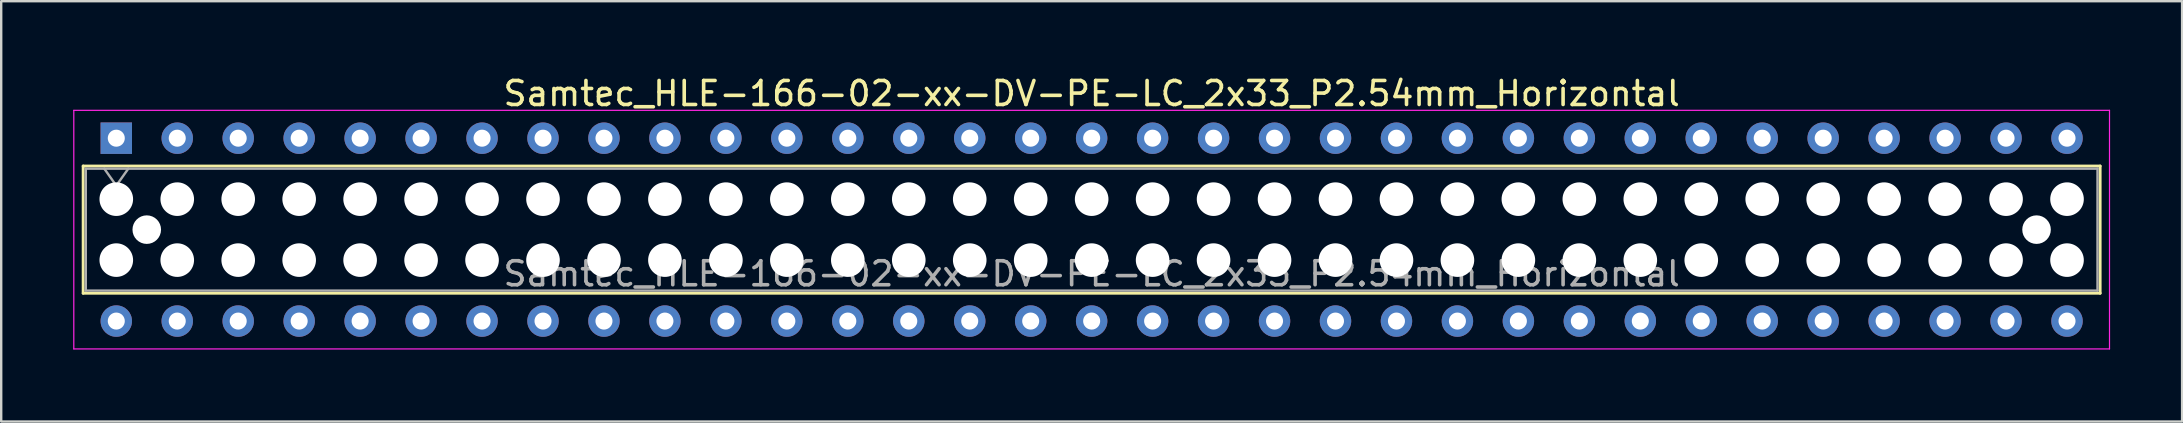
<source format=kicad_pcb>
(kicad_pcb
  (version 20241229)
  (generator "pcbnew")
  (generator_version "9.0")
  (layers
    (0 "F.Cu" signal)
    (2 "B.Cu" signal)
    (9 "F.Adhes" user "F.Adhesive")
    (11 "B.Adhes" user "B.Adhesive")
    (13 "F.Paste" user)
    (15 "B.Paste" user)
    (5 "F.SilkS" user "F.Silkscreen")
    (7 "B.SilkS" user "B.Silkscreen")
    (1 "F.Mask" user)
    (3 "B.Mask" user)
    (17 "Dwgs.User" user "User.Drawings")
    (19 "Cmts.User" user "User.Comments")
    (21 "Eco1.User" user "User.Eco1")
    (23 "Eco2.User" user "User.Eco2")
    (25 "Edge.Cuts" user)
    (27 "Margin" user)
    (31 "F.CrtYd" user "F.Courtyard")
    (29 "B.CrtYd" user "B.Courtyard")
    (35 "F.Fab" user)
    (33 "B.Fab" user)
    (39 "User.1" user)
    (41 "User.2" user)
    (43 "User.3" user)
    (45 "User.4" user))
  (footprint "Samtec_HLE-166-02-xx-DV-PE-LC_2x33_P2.54mm_Horizontal"
    (layer "F.Cu")
    (at 1.795 2.708)
    (property "Reference" "Samtec_HLE-166-02-xx-DV-PE-LC_2x33_P2.54mm_Horizontal" (at 40.64 -1.86 0) (layer "F.SilkS") (effects (font (size 1 1) (thickness 0.15))))
    (attr through_hole)
    (fp_line (start -1.38 1.16) (end 82.66 1.16) (stroke (width 0.12) (type solid)) (layer "F.SilkS"))
    (fp_line (start -1.38 6.46) (end -1.38 1.16) (stroke (width 0.12) (type solid)) (layer "F.SilkS"))
    (fp_line (start 82.66 1.16) (end 82.66 6.46) (stroke (width 0.12) (type solid)) (layer "F.SilkS"))
    (fp_line (start 82.66 6.46) (end -1.38 6.46) (stroke (width 0.12) (type solid)) (layer "F.SilkS"))
    (fp_line (start -1.77 -1.16) (end 83.05 -1.16) (stroke (width 0.05) (type solid)) (layer "F.CrtYd"))
    (fp_line (start -1.77 8.78) (end -1.77 -1.16) (stroke (width 0.05) (type solid)) (layer "F.CrtYd"))
    (fp_line (start 83.05 -1.16) (end 83.05 8.78) (stroke (width 0.05) (type solid)) (layer "F.CrtYd"))
    (fp_line (start 83.05 8.78) (end -1.77 8.78) (stroke (width 0.05) (type solid)) (layer "F.CrtYd"))
    (fp_line (start -1.27 1.27) (end 82.55 1.27) (stroke (width 0.1) (type solid)) (layer "F.Fab"))
    (fp_line (start -1.27 6.35) (end -1.27 1.27) (stroke (width 0.1) (type solid)) (layer "F.Fab"))
    (fp_line (start -0.5 1.27) (end 0 1.977) (stroke (width 0.1) (type solid)) (layer "F.Fab"))
    (fp_line (start 0 1.977) (end 0.5 1.27) (stroke (width 0.1) (type solid)) (layer "F.Fab"))
    (fp_line (start 82.55 1.27) (end 82.55 6.35) (stroke (width 0.1) (type solid)) (layer "F.Fab"))
    (fp_line (start 82.55 6.35) (end -1.27 6.35) (stroke (width 0.1) (type solid)) (layer "F.Fab"))
    (fp_text user "${REFERENCE}" (at 40.64 5.65 0) (layer "F.Fab") (effects (font (size 1 1) (thickness 0.15))))
    (pad "" np_thru_hole circle (at 0 2.54) (size 1.4 1.4) (drill 1.4) (layers "*.Cu" "*.Mask"))
    (pad "" np_thru_hole circle (at 0 5.08) (size 1.4 1.4) (drill 1.4) (layers "*.Cu" "*.Mask"))
    (pad "" np_thru_hole circle (at 1.27 3.81) (size 1.19 1.19) (drill 1.19) (layers "*.Cu" "*.Mask"))
    (pad "" np_thru_hole circle (at 2.54 2.54) (size 1.4 1.4) (drill 1.4) (layers "*.Cu" "*.Mask"))
    (pad "" np_thru_hole circle (at 2.54 5.08) (size 1.4 1.4) (drill 1.4) (layers "*.Cu" "*.Mask"))
    (pad "" np_thru_hole circle (at 5.08 2.54) (size 1.4 1.4) (drill 1.4) (layers "*.Cu" "*.Mask"))
    (pad "" np_thru_hole circle (at 5.08 5.08) (size 1.4 1.4) (drill 1.4) (layers "*.Cu" "*.Mask"))
    (pad "" np_thru_hole circle (at 7.62 2.54) (size 1.4 1.4) (drill 1.4) (layers "*.Cu" "*.Mask"))
    (pad "" np_thru_hole circle (at 7.62 5.08) (size 1.4 1.4) (drill 1.4) (layers "*.Cu" "*.Mask"))
    (pad "" np_thru_hole circle (at 10.16 2.54) (size 1.4 1.4) (drill 1.4) (layers "*.Cu" "*.Mask"))
    (pad "" np_thru_hole circle (at 10.16 5.08) (size 1.4 1.4) (drill 1.4) (layers "*.Cu" "*.Mask"))
    (pad "" np_thru_hole circle (at 12.7 2.54) (size 1.4 1.4) (drill 1.4) (layers "*.Cu" "*.Mask"))
    (pad "" np_thru_hole circle (at 12.7 5.08) (size 1.4 1.4) (drill 1.4) (layers "*.Cu" "*.Mask"))
    (pad "" np_thru_hole circle (at 15.24 2.54) (size 1.4 1.4) (drill 1.4) (layers "*.Cu" "*.Mask"))
    (pad "" np_thru_hole circle (at 15.24 5.08) (size 1.4 1.4) (drill 1.4) (layers "*.Cu" "*.Mask"))
    (pad "" np_thru_hole circle (at 17.78 2.54) (size 1.4 1.4) (drill 1.4) (layers "*.Cu" "*.Mask"))
    (pad "" np_thru_hole circle (at 17.78 5.08) (size 1.4 1.4) (drill 1.4) (layers "*.Cu" "*.Mask"))
    (pad "" np_thru_hole circle (at 20.32 2.54) (size 1.4 1.4) (drill 1.4) (layers "*.Cu" "*.Mask"))
    (pad "" np_thru_hole circle (at 20.32 5.08) (size 1.4 1.4) (drill 1.4) (layers "*.Cu" "*.Mask"))
    (pad "" np_thru_hole circle (at 22.86 2.54) (size 1.4 1.4) (drill 1.4) (layers "*.Cu" "*.Mask"))
    (pad "" np_thru_hole circle (at 22.86 5.08) (size 1.4 1.4) (drill 1.4) (layers "*.Cu" "*.Mask"))
    (pad "" np_thru_hole circle (at 25.4 2.54) (size 1.4 1.4) (drill 1.4) (layers "*.Cu" "*.Mask"))
    (pad "" np_thru_hole circle (at 25.4 5.08) (size 1.4 1.4) (drill 1.4) (layers "*.Cu" "*.Mask"))
    (pad "" np_thru_hole circle (at 27.94 2.54) (size 1.4 1.4) (drill 1.4) (layers "*.Cu" "*.Mask"))
    (pad "" np_thru_hole circle (at 27.94 5.08) (size 1.4 1.4) (drill 1.4) (layers "*.Cu" "*.Mask"))
    (pad "" np_thru_hole circle (at 30.48 2.54) (size 1.4 1.4) (drill 1.4) (layers "*.Cu" "*.Mask"))
    (pad "" np_thru_hole circle (at 30.48 5.08) (size 1.4 1.4) (drill 1.4) (layers "*.Cu" "*.Mask"))
    (pad "" np_thru_hole circle (at 33.02 2.54) (size 1.4 1.4) (drill 1.4) (layers "*.Cu" "*.Mask"))
    (pad "" np_thru_hole circle (at 33.02 5.08) (size 1.4 1.4) (drill 1.4) (layers "*.Cu" "*.Mask"))
    (pad "" np_thru_hole circle (at 35.56 2.54) (size 1.4 1.4) (drill 1.4) (layers "*.Cu" "*.Mask"))
    (pad "" np_thru_hole circle (at 35.56 5.08) (size 1.4 1.4) (drill 1.4) (layers "*.Cu" "*.Mask"))
    (pad "" np_thru_hole circle (at 38.1 2.54) (size 1.4 1.4) (drill 1.4) (layers "*.Cu" "*.Mask"))
    (pad "" np_thru_hole circle (at 38.1 5.08) (size 1.4 1.4) (drill 1.4) (layers "*.Cu" "*.Mask"))
    (pad "" np_thru_hole circle (at 40.64 2.54) (size 1.4 1.4) (drill 1.4) (layers "*.Cu" "*.Mask"))
    (pad "" np_thru_hole circle (at 40.64 5.08) (size 1.4 1.4) (drill 1.4) (layers "*.Cu" "*.Mask"))
    (pad "" np_thru_hole circle (at 43.18 2.54) (size 1.4 1.4) (drill 1.4) (layers "*.Cu" "*.Mask"))
    (pad "" np_thru_hole circle (at 43.18 5.08) (size 1.4 1.4) (drill 1.4) (layers "*.Cu" "*.Mask"))
    (pad "" np_thru_hole circle (at 45.72 2.54) (size 1.4 1.4) (drill 1.4) (layers "*.Cu" "*.Mask"))
    (pad "" np_thru_hole circle (at 45.72 5.08) (size 1.4 1.4) (drill 1.4) (layers "*.Cu" "*.Mask"))
    (pad "" np_thru_hole circle (at 48.26 2.54) (size 1.4 1.4) (drill 1.4) (layers "*.Cu" "*.Mask"))
    (pad "" np_thru_hole circle (at 48.26 5.08) (size 1.4 1.4) (drill 1.4) (layers "*.Cu" "*.Mask"))
    (pad "" np_thru_hole circle (at 50.8 2.54) (size 1.4 1.4) (drill 1.4) (layers "*.Cu" "*.Mask"))
    (pad "" np_thru_hole circle (at 50.8 5.08) (size 1.4 1.4) (drill 1.4) (layers "*.Cu" "*.Mask"))
    (pad "" np_thru_hole circle (at 53.34 2.54) (size 1.4 1.4) (drill 1.4) (layers "*.Cu" "*.Mask"))
    (pad "" np_thru_hole circle (at 53.34 5.08) (size 1.4 1.4) (drill 1.4) (layers "*.Cu" "*.Mask"))
    (pad "" np_thru_hole circle (at 55.88 2.54) (size 1.4 1.4) (drill 1.4) (layers "*.Cu" "*.Mask"))
    (pad "" np_thru_hole circle (at 55.88 5.08) (size 1.4 1.4) (drill 1.4) (layers "*.Cu" "*.Mask"))
    (pad "" np_thru_hole circle (at 58.42 2.54) (size 1.4 1.4) (drill 1.4) (layers "*.Cu" "*.Mask"))
    (pad "" np_thru_hole circle (at 58.42 5.08) (size 1.4 1.4) (drill 1.4) (layers "*.Cu" "*.Mask"))
    (pad "" np_thru_hole circle (at 60.96 2.54) (size 1.4 1.4) (drill 1.4) (layers "*.Cu" "*.Mask"))
    (pad "" np_thru_hole circle (at 60.96 5.08) (size 1.4 1.4) (drill 1.4) (layers "*.Cu" "*.Mask"))
    (pad "" np_thru_hole circle (at 63.5 2.54) (size 1.4 1.4) (drill 1.4) (layers "*.Cu" "*.Mask"))
    (pad "" np_thru_hole circle (at 63.5 5.08) (size 1.4 1.4) (drill 1.4) (layers "*.Cu" "*.Mask"))
    (pad "" np_thru_hole circle (at 66.04 2.54) (size 1.4 1.4) (drill 1.4) (layers "*.Cu" "*.Mask"))
    (pad "" np_thru_hole circle (at 66.04 5.08) (size 1.4 1.4) (drill 1.4) (layers "*.Cu" "*.Mask"))
    (pad "" np_thru_hole circle (at 68.58 2.54) (size 1.4 1.4) (drill 1.4) (layers "*.Cu" "*.Mask"))
    (pad "" np_thru_hole circle (at 68.58 5.08) (size 1.4 1.4) (drill 1.4) (layers "*.Cu" "*.Mask"))
    (pad "" np_thru_hole circle (at 71.12 2.54) (size 1.4 1.4) (drill 1.4) (layers "*.Cu" "*.Mask"))
    (pad "" np_thru_hole circle (at 71.12 5.08) (size 1.4 1.4) (drill 1.4) (layers "*.Cu" "*.Mask"))
    (pad "" np_thru_hole circle (at 73.66 2.54) (size 1.4 1.4) (drill 1.4) (layers "*.Cu" "*.Mask"))
    (pad "" np_thru_hole circle (at 73.66 5.08) (size 1.4 1.4) (drill 1.4) (layers "*.Cu" "*.Mask"))
    (pad "" np_thru_hole circle (at 76.2 2.54) (size 1.4 1.4) (drill 1.4) (layers "*.Cu" "*.Mask"))
    (pad "" np_thru_hole circle (at 76.2 5.08) (size 1.4 1.4) (drill 1.4) (layers "*.Cu" "*.Mask"))
    (pad "" np_thru_hole circle (at 78.74 2.54) (size 1.4 1.4) (drill 1.4) (layers "*.Cu" "*.Mask"))
    (pad "" np_thru_hole circle (at 78.74 5.08) (size 1.4 1.4) (drill 1.4) (layers "*.Cu" "*.Mask"))
    (pad "" np_thru_hole circle (at 80.01 3.81) (size 1.19 1.19) (drill 1.19) (layers "*.Cu" "*.Mask"))
    (pad "" np_thru_hole circle (at 81.28 2.54) (size 1.4 1.4) (drill 1.4) (layers "*.Cu" "*.Mask"))
    (pad "" np_thru_hole circle (at 81.28 5.08) (size 1.4 1.4) (drill 1.4) (layers "*.Cu" "*.Mask"))
    (pad "1" thru_hole rect (at 0 0) (size 1.31 1.31) (drill 0.71) (layers "*.Cu" "*.Mask"))
    (pad "2" thru_hole circle (at 0 7.62) (size 1.31 1.31) (drill 0.71) (layers "*.Cu" "*.Mask"))
    (pad "3" thru_hole circle (at 2.54 0) (size 1.31 1.31) (drill 0.71) (layers "*.Cu" "*.Mask"))
    (pad "4" thru_hole circle (at 2.54 7.62) (size 1.31 1.31) (drill 0.71) (layers "*.Cu" "*.Mask"))
    (pad "5" thru_hole circle (at 5.08 0) (size 1.31 1.31) (drill 0.71) (layers "*.Cu" "*.Mask"))
    (pad "6" thru_hole circle (at 5.08 7.62) (size 1.31 1.31) (drill 0.71) (layers "*.Cu" "*.Mask"))
    (pad "7" thru_hole circle (at 7.62 0) (size 1.31 1.31) (drill 0.71) (layers "*.Cu" "*.Mask"))
    (pad "8" thru_hole circle (at 7.62 7.62) (size 1.31 1.31) (drill 0.71) (layers "*.Cu" "*.Mask"))
    (pad "9" thru_hole circle (at 10.16 0) (size 1.31 1.31) (drill 0.71) (layers "*.Cu" "*.Mask"))
    (pad "10" thru_hole circle (at 10.16 7.62) (size 1.31 1.31) (drill 0.71) (layers "*.Cu" "*.Mask"))
    (pad "11" thru_hole circle (at 12.7 0) (size 1.31 1.31) (drill 0.71) (layers "*.Cu" "*.Mask"))
    (pad "12" thru_hole circle (at 12.7 7.62) (size 1.31 1.31) (drill 0.71) (layers "*.Cu" "*.Mask"))
    (pad "13" thru_hole circle (at 15.24 0) (size 1.31 1.31) (drill 0.71) (layers "*.Cu" "*.Mask"))
    (pad "14" thru_hole circle (at 15.24 7.62) (size 1.31 1.31) (drill 0.71) (layers "*.Cu" "*.Mask"))
    (pad "15" thru_hole circle (at 17.78 0) (size 1.31 1.31) (drill 0.71) (layers "*.Cu" "*.Mask"))
    (pad "16" thru_hole circle (at 17.78 7.62) (size 1.31 1.31) (drill 0.71) (layers "*.Cu" "*.Mask"))
    (pad "17" thru_hole circle (at 20.32 0) (size 1.31 1.31) (drill 0.71) (layers "*.Cu" "*.Mask"))
    (pad "18" thru_hole circle (at 20.32 7.62) (size 1.31 1.31) (drill 0.71) (layers "*.Cu" "*.Mask"))
    (pad "19" thru_hole circle (at 22.86 0) (size 1.31 1.31) (drill 0.71) (layers "*.Cu" "*.Mask"))
    (pad "20" thru_hole circle (at 22.86 7.62) (size 1.31 1.31) (drill 0.71) (layers "*.Cu" "*.Mask"))
    (pad "21" thru_hole circle (at 25.4 0) (size 1.31 1.31) (drill 0.71) (layers "*.Cu" "*.Mask"))
    (pad "22" thru_hole circle (at 25.4 7.62) (size 1.31 1.31) (drill 0.71) (layers "*.Cu" "*.Mask"))
    (pad "23" thru_hole circle (at 27.94 0) (size 1.31 1.31) (drill 0.71) (layers "*.Cu" "*.Mask"))
    (pad "24" thru_hole circle (at 27.94 7.62) (size 1.31 1.31) (drill 0.71) (layers "*.Cu" "*.Mask"))
    (pad "25" thru_hole circle (at 30.48 0) (size 1.31 1.31) (drill 0.71) (layers "*.Cu" "*.Mask"))
    (pad "26" thru_hole circle (at 30.48 7.62) (size 1.31 1.31) (drill 0.71) (layers "*.Cu" "*.Mask"))
    (pad "27" thru_hole circle (at 33.02 0) (size 1.31 1.31) (drill 0.71) (layers "*.Cu" "*.Mask"))
    (pad "28" thru_hole circle (at 33.02 7.62) (size 1.31 1.31) (drill 0.71) (layers "*.Cu" "*.Mask"))
    (pad "29" thru_hole circle (at 35.56 0) (size 1.31 1.31) (drill 0.71) (layers "*.Cu" "*.Mask"))
    (pad "30" thru_hole circle (at 35.56 7.62) (size 1.31 1.31) (drill 0.71) (layers "*.Cu" "*.Mask"))
    (pad "31" thru_hole circle (at 38.1 0) (size 1.31 1.31) (drill 0.71) (layers "*.Cu" "*.Mask"))
    (pad "32" thru_hole circle (at 38.1 7.62) (size 1.31 1.31) (drill 0.71) (layers "*.Cu" "*.Mask"))
    (pad "33" thru_hole circle (at 40.64 0) (size 1.31 1.31) (drill 0.71) (layers "*.Cu" "*.Mask"))
    (pad "34" thru_hole circle (at 40.64 7.62) (size 1.31 1.31) (drill 0.71) (layers "*.Cu" "*.Mask"))
    (pad "35" thru_hole circle (at 43.18 0) (size 1.31 1.31) (drill 0.71) (layers "*.Cu" "*.Mask"))
    (pad "36" thru_hole circle (at 43.18 7.62) (size 1.31 1.31) (drill 0.71) (layers "*.Cu" "*.Mask"))
    (pad "37" thru_hole circle (at 45.72 0) (size 1.31 1.31) (drill 0.71) (layers "*.Cu" "*.Mask"))
    (pad "38" thru_hole circle (at 45.72 7.62) (size 1.31 1.31) (drill 0.71) (layers "*.Cu" "*.Mask"))
    (pad "39" thru_hole circle (at 48.26 0) (size 1.31 1.31) (drill 0.71) (layers "*.Cu" "*.Mask"))
    (pad "40" thru_hole circle (at 48.26 7.62) (size 1.31 1.31) (drill 0.71) (layers "*.Cu" "*.Mask"))
    (pad "41" thru_hole circle (at 50.8 0) (size 1.31 1.31) (drill 0.71) (layers "*.Cu" "*.Mask"))
    (pad "42" thru_hole circle (at 50.8 7.62) (size 1.31 1.31) (drill 0.71) (layers "*.Cu" "*.Mask"))
    (pad "43" thru_hole circle (at 53.34 0) (size 1.31 1.31) (drill 0.71) (layers "*.Cu" "*.Mask"))
    (pad "44" thru_hole circle (at 53.34 7.62) (size 1.31 1.31) (drill 0.71) (layers "*.Cu" "*.Mask"))
    (pad "45" thru_hole circle (at 55.88 0) (size 1.31 1.31) (drill 0.71) (layers "*.Cu" "*.Mask"))
    (pad "46" thru_hole circle (at 55.88 7.62) (size 1.31 1.31) (drill 0.71) (layers "*.Cu" "*.Mask"))
    (pad "47" thru_hole circle (at 58.42 0) (size 1.31 1.31) (drill 0.71) (layers "*.Cu" "*.Mask"))
    (pad "48" thru_hole circle (at 58.42 7.62) (size 1.31 1.31) (drill 0.71) (layers "*.Cu" "*.Mask"))
    (pad "49" thru_hole circle (at 60.96 0) (size 1.31 1.31) (drill 0.71) (layers "*.Cu" "*.Mask"))
    (pad "50" thru_hole circle (at 60.96 7.62) (size 1.31 1.31) (drill 0.71) (layers "*.Cu" "*.Mask"))
    (pad "51" thru_hole circle (at 63.5 0) (size 1.31 1.31) (drill 0.71) (layers "*.Cu" "*.Mask"))
    (pad "52" thru_hole circle (at 63.5 7.62) (size 1.31 1.31) (drill 0.71) (layers "*.Cu" "*.Mask"))
    (pad "53" thru_hole circle (at 66.04 0) (size 1.31 1.31) (drill 0.71) (layers "*.Cu" "*.Mask"))
    (pad "54" thru_hole circle (at 66.04 7.62) (size 1.31 1.31) (drill 0.71) (layers "*.Cu" "*.Mask"))
    (pad "55" thru_hole circle (at 68.58 0) (size 1.31 1.31) (drill 0.71) (layers "*.Cu" "*.Mask"))
    (pad "56" thru_hole circle (at 68.58 7.62) (size 1.31 1.31) (drill 0.71) (layers "*.Cu" "*.Mask"))
    (pad "57" thru_hole circle (at 71.12 0) (size 1.31 1.31) (drill 0.71) (layers "*.Cu" "*.Mask"))
    (pad "58" thru_hole circle (at 71.12 7.62) (size 1.31 1.31) (drill 0.71) (layers "*.Cu" "*.Mask"))
    (pad "59" thru_hole circle (at 73.66 0) (size 1.31 1.31) (drill 0.71) (layers "*.Cu" "*.Mask"))
    (pad "60" thru_hole circle (at 73.66 7.62) (size 1.31 1.31) (drill 0.71) (layers "*.Cu" "*.Mask"))
    (pad "61" thru_hole circle (at 76.2 0) (size 1.31 1.31) (drill 0.71) (layers "*.Cu" "*.Mask"))
    (pad "62" thru_hole circle (at 76.2 7.62) (size 1.31 1.31) (drill 0.71) (layers "*.Cu" "*.Mask"))
    (pad "63" thru_hole circle (at 78.74 0) (size 1.31 1.31) (drill 0.71) (layers "*.Cu" "*.Mask"))
    (pad "64" thru_hole circle (at 78.74 7.62) (size 1.31 1.31) (drill 0.71) (layers "*.Cu" "*.Mask"))
    (pad "65" thru_hole circle (at 81.28 0) (size 1.31 1.31) (drill 0.71) (layers "*.Cu" "*.Mask"))
    (pad "66" thru_hole circle (at 81.28 7.62) (size 1.31 1.31) (drill 0.71) (layers "*.Cu" "*.Mask")))
  (gr_rect
    (start -3 -3)
    (end 87.87 14.513)
    (stroke (width 0.1) (type default))
    (fill no)
    (layer "Edge.Cuts")))
</source>
